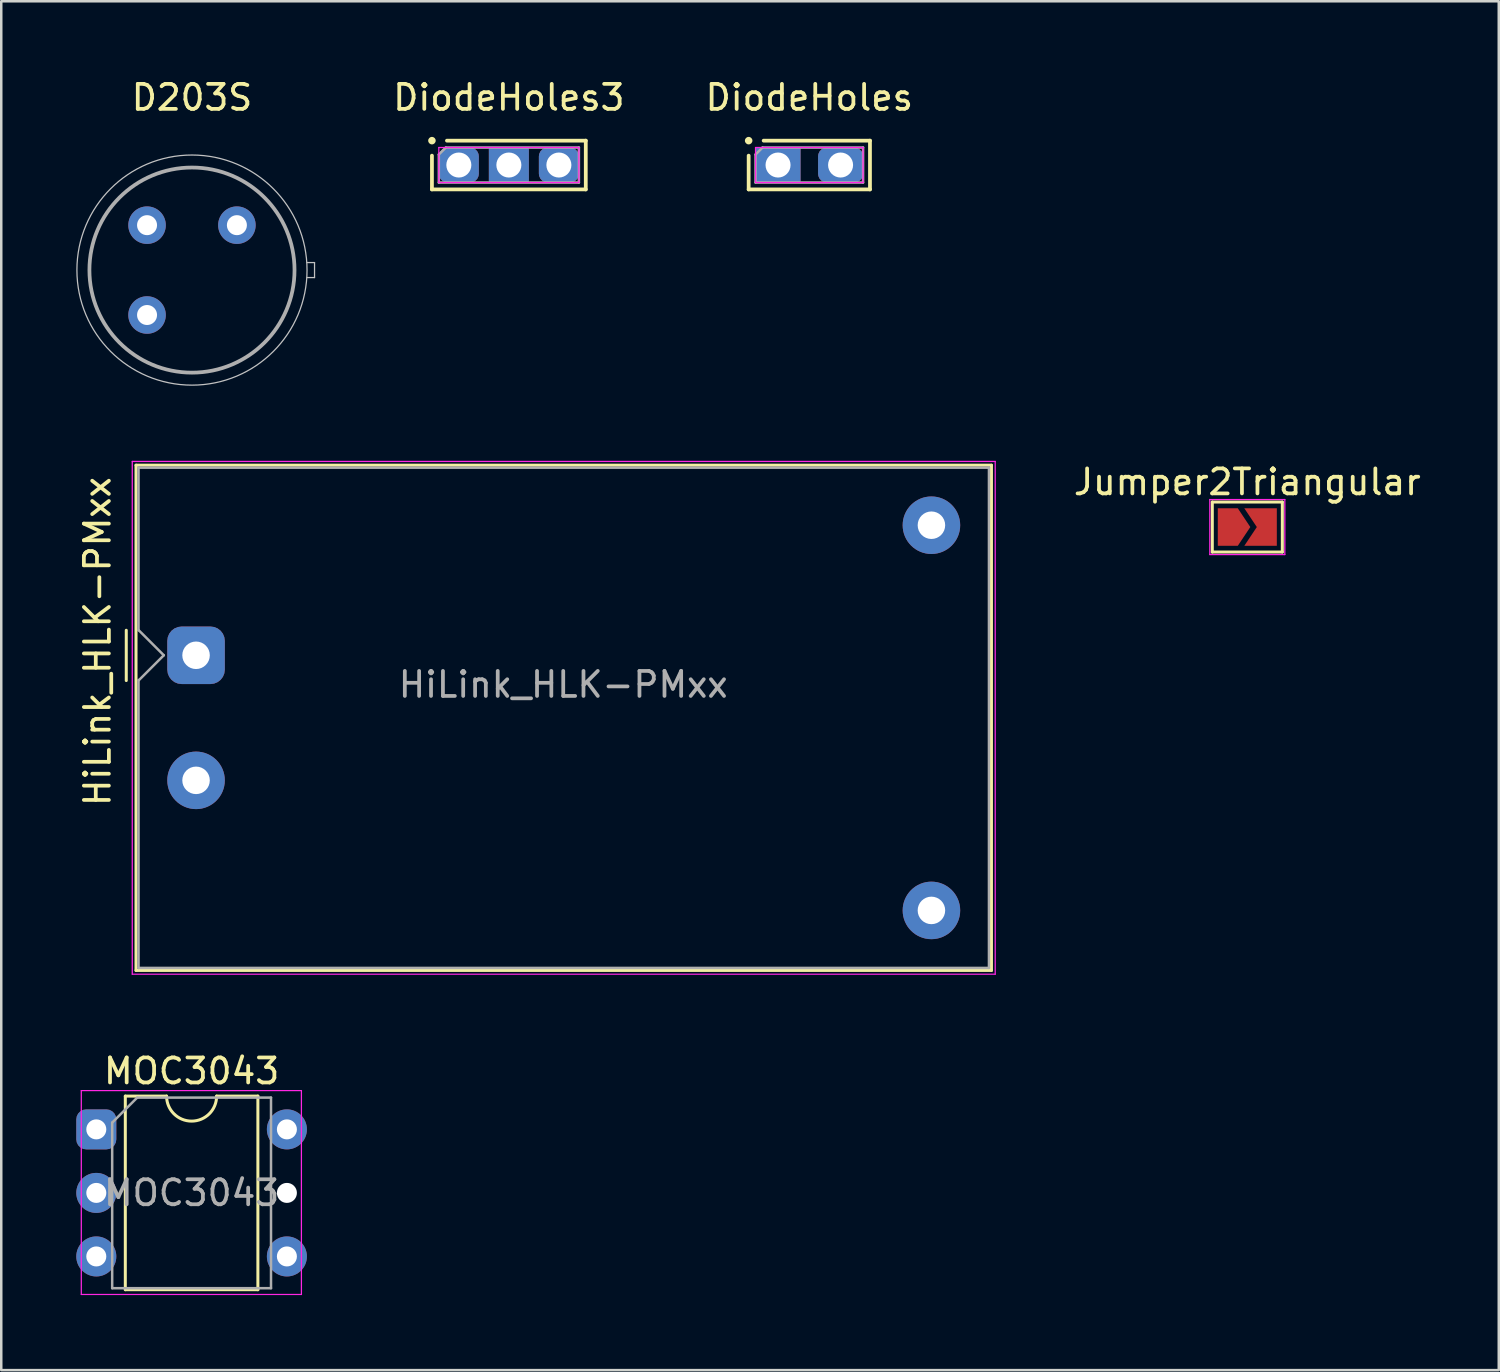
<source format=kicad_pcb>
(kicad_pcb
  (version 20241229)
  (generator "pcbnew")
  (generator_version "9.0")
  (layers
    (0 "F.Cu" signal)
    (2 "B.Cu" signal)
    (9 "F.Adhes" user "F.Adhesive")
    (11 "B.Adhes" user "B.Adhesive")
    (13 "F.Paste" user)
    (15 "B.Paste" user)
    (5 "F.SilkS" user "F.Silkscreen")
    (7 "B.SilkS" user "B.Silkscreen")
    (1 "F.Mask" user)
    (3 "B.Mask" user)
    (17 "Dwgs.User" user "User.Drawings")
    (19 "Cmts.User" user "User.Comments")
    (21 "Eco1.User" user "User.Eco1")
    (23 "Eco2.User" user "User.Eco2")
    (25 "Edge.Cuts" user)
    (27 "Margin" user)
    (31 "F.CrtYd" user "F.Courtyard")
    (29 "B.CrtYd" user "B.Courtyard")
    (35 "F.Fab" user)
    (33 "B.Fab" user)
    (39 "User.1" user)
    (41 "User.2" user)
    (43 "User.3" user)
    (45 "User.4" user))
  (footprint "Jumper2Triangular"
    (layer "F.Cu")
    (at 46.817 18.021)
    (property "Reference" "Jumper2Triangular" (at 0 -1.8 0) (layer "F.SilkS") (effects (font (size 1 1) (thickness 0.15))))
    (attr exclude_from_pos_files exclude_from_bom)
    (fp_line (start -1.4 -1) (end 1.4 -1) (stroke (width 0.12) (type solid)) (layer "F.SilkS"))
    (fp_line (start -1.4 1) (end -1.4 -1) (stroke (width 0.12) (type solid)) (layer "F.SilkS"))
    (fp_line (start 1.4 -1) (end 1.4 1) (stroke (width 0.12) (type solid)) (layer "F.SilkS"))
    (fp_line (start 1.4 1) (end -1.4 1) (stroke (width 0.12) (type solid)) (layer "F.SilkS"))
    (fp_line (start -1.5 -1.1) (end -1.5 1.1) (stroke (width 0.05) (type solid)) (layer "F.CrtYd"))
    (fp_line (start -1.5 -1.1) (end 1.5 -1.1) (stroke (width 0.05) (type solid)) (layer "F.CrtYd"))
    (fp_line (start 1.5 1.1) (end -1.5 1.1) (stroke (width 0.05) (type solid)) (layer "F.CrtYd"))
    (fp_line (start 1.5 1.1) (end 1.5 -1.1) (stroke (width 0.05) (type solid)) (layer "F.CrtYd"))
    (pad "1" smd custom (at -0.68 0) (size 0.3 0.3) (layers "F.Cu" "F.Mask") (options (anchor rect)) (primitives (gr_poly (pts (xy -0.5 -0.75) (xy 0.3 -0.75) (xy 0.8 0) (xy 0.3 0.75) (xy -0.5 0.75)) (width 0) (fill yes))))
    (pad "2" smd custom (at 0.68 0) (size 0.3 0.3) (layers "F.Cu" "F.Mask") (options (anchor rect)) (primitives (gr_poly (pts (xy -0.8 -0.75) (xy 0.5 -0.75) (xy 0.5 0.75) (xy -0.8 0.75) (xy -0.3 0)) (width 0) (fill yes)))))
  (footprint "DiodeHoles"
    (layer "F.Cu")
    (at 29.306 3.548)
    (property "Reference" "DiodeHoles" (at 0 -2.7 0) (layer "F.SilkS") (effects (font (size 1 1) (thickness 0.15))))
    (attr through_hole)
    (fp_line (start -2.425 -0.975) (end -2.425 -0.975) (stroke (width 0.3) (type solid)) (layer "F.SilkS"))
    (fp_line (start -2.425 0.975) (end -2.425 -0.375) (stroke (width 0.15) (type solid)) (layer "F.SilkS"))
    (fp_line (start -1.825 -0.975) (end 2.425 -0.975) (stroke (width 0.15) (type solid)) (layer "F.SilkS"))
    (fp_line (start 2.425 -0.975) (end 2.425 0.975) (stroke (width 0.15) (type solid)) (layer "F.SilkS"))
    (fp_line (start 2.425 0.975) (end -2.425 0.975) (stroke (width 0.15) (type solid)) (layer "F.SilkS"))
    (fp_line (start -2.15 -0.7) (end 2.15 -0.7) (stroke (width 0.05) (type solid)) (layer "F.CrtYd"))
    (fp_line (start -2.15 0.7) (end -2.15 -0.7) (stroke (width 0.05) (type solid)) (layer "F.CrtYd"))
    (fp_line (start 2.15 -0.7) (end 2.15 0.7) (stroke (width 0.05) (type solid)) (layer "F.CrtYd"))
    (fp_line (start 2.15 0.7) (end -2.15 0.7) (stroke (width 0.05) (type solid)) (layer "F.CrtYd"))
    (fp_line (start -2.15 -0.42) (end -1.87 -0.7) (stroke (width 0.1) (type solid)) (layer "F.Fab"))
    (fp_line (start -2.15 0.7) (end -2.15 -0.42) (stroke (width 0.1) (type solid)) (layer "F.Fab"))
    (fp_line (start -1.87 -0.7) (end 2.15 -0.7) (stroke (width 0.1) (type solid)) (layer "F.Fab"))
    (fp_line (start 2.15 -0.7) (end 2.15 0.7) (stroke (width 0.1) (type solid)) (layer "F.Fab"))
    (fp_line (start 2.15 0.7) (end -2.15 0.7) (stroke (width 0.1) (type solid)) (layer "F.Fab"))
    (pad "1" thru_hole roundrect (at -1.25 0) (size 1.8 1.4) (drill 1) (layers "*.Cu" "*.Mask") (roundrect_rratio 0.05))
    (pad "2" thru_hole roundrect (at 1.25 0) (size 1.8 1.4) (drill 1) (layers "*.Cu" "*.Mask") (roundrect_rratio 0.25)))
  (footprint "HiLink_HLK-PMxx"
    (layer "F.Cu")
    (at 4.788 23.148)
    (property "Reference" "HiLink_HLK-PMxx" (at -3.94 -0.55 90) (layer "F.SilkS") (effects (font (size 1 1) (thickness 0.15))))
    (attr through_hole)
    (fp_line (start -2.79 -1) (end -2.79 1.01) (stroke (width 0.12) (type solid)) (layer "F.SilkS"))
    (fp_line (start -2.4 -7.6) (end -2.4 12.6) (stroke (width 0.12) (type solid)) (layer "F.SilkS"))
    (fp_line (start -2.4 12.6) (end 31.8 12.6) (stroke (width 0.12) (type solid)) (layer "F.SilkS"))
    (fp_line (start 31.8 -7.6) (end -2.4 -7.6) (stroke (width 0.12) (type solid)) (layer "F.SilkS"))
    (fp_line (start 31.8 12.6) (end 31.8 -7.6) (stroke (width 0.12) (type solid)) (layer "F.SilkS"))
    (fp_line (start -2.55 -7.75) (end -2.55 12.75) (stroke (width 0.05) (type solid)) (layer "F.CrtYd"))
    (fp_line (start -2.55 12.75) (end 31.95 12.75) (stroke (width 0.05) (type solid)) (layer "F.CrtYd"))
    (fp_line (start 31.95 -7.75) (end -2.55 -7.75) (stroke (width 0.05) (type solid)) (layer "F.CrtYd"))
    (fp_line (start 31.95 12.75) (end 31.95 -7.75) (stroke (width 0.05) (type solid)) (layer "F.CrtYd"))
    (fp_line (start -2.3 -7.5) (end 31.7 -7.5) (stroke (width 0.1) (type solid)) (layer "F.Fab"))
    (fp_line (start -2.3 -1) (end -2.3 -7.5) (stroke (width 0.1) (type solid)) (layer "F.Fab"))
    (fp_line (start -2.3 12.5) (end -2.3 0.99) (stroke (width 0.1) (type solid)) (layer "F.Fab"))
    (fp_line (start -2.3 12.5) (end 31.7 12.5) (stroke (width 0.1) (type solid)) (layer "F.Fab"))
    (fp_line (start -2.29 -1) (end -1.29 0) (stroke (width 0.1) (type solid)) (layer "F.Fab"))
    (fp_line (start -1.29 0) (end -2.29 1) (stroke (width 0.1) (type solid)) (layer "F.Fab"))
    (fp_line (start 31.7 12.5) (end 31.7 -7.5) (stroke (width 0.1) (type solid)) (layer "F.Fab"))
    (fp_text user "${REFERENCE}" (at 14.68 1.17 0) (layer "F.Fab") (effects (font (size 1 1) (thickness 0.15))))
    (pad "1" thru_hole roundrect (at 0 0) (size 2.3 2.3) (drill 1.1) (layers "*.Cu" "*.Mask") (roundrect_rratio 0.25))
    (pad "2" thru_hole circle (at 0 5) (size 2.3 2.3) (drill 1.1) (layers "*.Cu" "*.Mask"))
    (pad "3" thru_hole circle (at 29.4 -5.2) (size 2.3 2.3) (drill 1.1) (layers "*.Cu" "*.Mask"))
    (pad "4" thru_hole circle (at 29.4 10.2) (size 2.3 2.3) (drill 1.1) (layers "*.Cu" "*.Mask")))
  (footprint "DiodeHoles3"
    (layer "F.Cu")
    (at 17.294 3.548)
    (property "Reference" "DiodeHoles3" (at 0 -2.7 0) (layer "F.SilkS") (effects (font (size 1 1) (thickness 0.15))))
    (attr through_hole)
    (fp_line (start -3.075 -0.975) (end -3.075 -0.975) (stroke (width 0.3) (type solid)) (layer "F.SilkS"))
    (fp_line (start -3.075 0.975) (end -3.075 -0.375) (stroke (width 0.15) (type solid)) (layer "F.SilkS"))
    (fp_line (start -2.475 -0.975) (end 3.075 -0.975) (stroke (width 0.15) (type solid)) (layer "F.SilkS"))
    (fp_line (start 3.075 -0.975) (end 3.075 0.975) (stroke (width 0.15) (type solid)) (layer "F.SilkS"))
    (fp_line (start 3.075 0.975) (end -3.075 0.975) (stroke (width 0.15) (type solid)) (layer "F.SilkS"))
    (fp_line (start -2.8 -0.7) (end 2.8 -0.7) (stroke (width 0.05) (type solid)) (layer "F.CrtYd"))
    (fp_line (start -2.8 0.7) (end -2.8 -0.7) (stroke (width 0.05) (type solid)) (layer "F.CrtYd"))
    (fp_line (start 2.8 -0.7) (end 2.8 0.7) (stroke (width 0.05) (type solid)) (layer "F.CrtYd"))
    (fp_line (start 2.8 0.7) (end -2.8 0.7) (stroke (width 0.05) (type solid)) (layer "F.CrtYd"))
    (fp_line (start -2.8 -0.42) (end -2.52 -0.7) (stroke (width 0.1) (type solid)) (layer "F.Fab"))
    (fp_line (start -2.8 0.7) (end -2.8 -0.42) (stroke (width 0.1) (type solid)) (layer "F.Fab"))
    (fp_line (start -2.52 -0.7) (end 2.8 -0.7) (stroke (width 0.1) (type solid)) (layer "F.Fab"))
    (fp_line (start 2.8 -0.7) (end 2.8 0.7) (stroke (width 0.1) (type solid)) (layer "F.Fab"))
    (fp_line (start 2.8 0.7) (end -2.8 0.7) (stroke (width 0.1) (type solid)) (layer "F.Fab"))
    (pad "1" thru_hole roundrect (at -2 0) (size 1.6 1.4) (drill 1) (layers "*.Cu" "*.Mask") (roundrect_rratio 0.25))
    (pad "2" thru_hole roundrect (at 0 0) (size 1.6 1.4) (drill 1) (layers "*.Cu" "*.Mask") (roundrect_rratio 0.05))
    (pad "3" thru_hole roundrect (at 2 0) (size 1.6 1.4) (drill 1) (layers "*.Cu" "*.Mask") (roundrect_rratio 0.25)))
  (footprint "D203S"
    (layer "F.Cu")
    (at 4.625 7.748)
    (property "Reference" "D203S" (at 0 -6.9 0) (layer "F.SilkS") (effects (font (size 1 1) (thickness 0.15))))
    (attr through_hole)
    (fp_line (start 4.6 -0.3) (end 4.9 -0.3) (stroke (width 0.05) (type solid)) (layer "Dwgs.User"))
    (fp_line (start 4.9 -0.3) (end 4.9 0.3) (stroke (width 0.05) (type solid)) (layer "Dwgs.User"))
    (fp_line (start 4.9 0.3) (end 4.6 0.3) (stroke (width 0.05) (type solid)) (layer "Dwgs.User"))
    (fp_circle (center 0 0) (end 4.6 0) (stroke (width 0.05) (type solid)) (fill no) (layer "Dwgs.User"))
    (fp_circle (center 0 0) (end 4.1 0) (stroke (width 0.15) (type solid)) (fill no) (layer "F.Fab"))
    (pad "1" thru_hole circle (at 1.796 -1.796) (size 1.5 1.5) (drill 0.8) (layers "*.Cu" "*.Mask"))
    (pad "2" thru_hole circle (at -1.796 -1.796) (size 1.5 1.5) (drill 0.8) (layers "*.Cu" "*.Mask"))
    (pad "3" thru_hole circle (at -1.796 1.796) (size 1.5 1.5) (drill 0.8) (layers "*.Cu" "*.Mask")))
  (footprint "MOC3043"
    (layer "F.Cu")
    (at 0.8 42.102)
    (property "Reference" "MOC3043" (at 3.81 -2.33 0) (layer "F.SilkS") (effects (font (size 1 1) (thickness 0.15))))
    (attr through_hole)
    (fp_line (start 1.16 -1.33) (end 1.16 6.41) (stroke (width 0.12) (type solid)) (layer "F.SilkS"))
    (fp_line (start 1.16 6.41) (end 6.46 6.41) (stroke (width 0.12) (type solid)) (layer "F.SilkS"))
    (fp_line (start 2.81 -1.33) (end 1.16 -1.33) (stroke (width 0.12) (type solid)) (layer "F.SilkS"))
    (fp_line (start 6.46 -1.33) (end 4.81 -1.33) (stroke (width 0.12) (type solid)) (layer "F.SilkS"))
    (fp_line (start 6.46 6.41) (end 6.46 -1.33) (stroke (width 0.12) (type solid)) (layer "F.SilkS"))
    (fp_arc (start 4.81 -1.33) (mid 3.81 -0.33) (end 2.81 -1.33) (stroke (width 0.12) (type solid)) (layer "F.SilkS"))
    (fp_line (start -0.6 -1.55) (end -0.6 6.6) (stroke (width 0.05) (type solid)) (layer "F.CrtYd"))
    (fp_line (start -0.6 6.6) (end 8.2 6.6) (stroke (width 0.05) (type solid)) (layer "F.CrtYd"))
    (fp_line (start 8.2 -1.55) (end -0.6 -1.55) (stroke (width 0.05) (type solid)) (layer "F.CrtYd"))
    (fp_line (start 8.2 6.6) (end 8.2 -1.55) (stroke (width 0.05) (type solid)) (layer "F.CrtYd"))
    (fp_line (start 0.635 -0.27) (end 1.635 -1.27) (stroke (width 0.1) (type solid)) (layer "F.Fab"))
    (fp_line (start 0.635 6.35) (end 0.635 -0.27) (stroke (width 0.1) (type solid)) (layer "F.Fab"))
    (fp_line (start 1.635 -1.27) (end 6.985 -1.27) (stroke (width 0.1) (type solid)) (layer "F.Fab"))
    (fp_line (start 6.985 -1.27) (end 6.985 6.35) (stroke (width 0.1) (type solid)) (layer "F.Fab"))
    (fp_line (start 6.985 6.35) (end 0.635 6.35) (stroke (width 0.1) (type solid)) (layer "F.Fab"))
    (fp_text user "${REFERENCE}" (at 3.81 2.54 0) (layer "F.Fab") (effects (font (size 1 1) (thickness 0.15))))
    (pad "" np_thru_hole circle (at 7.62 2.54) (size 0.8 0.8) (drill 0.8) (layers "*.Cu" "*.Mask"))
    (pad "1" thru_hole roundrect (at 0 0) (size 1.6 1.6) (drill 0.8) (layers "*.Cu" "*.Mask") (roundrect_rratio 0.25))
    (pad "2" thru_hole circle (at 0 2.54) (size 1.6 1.6) (drill 0.8) (layers "*.Cu" "*.Mask"))
    (pad "3" thru_hole circle (at 0 5.08) (size 1.6 1.6) (drill 0.8) (layers "*.Cu" "*.Mask"))
    (pad "4" thru_hole circle (at 7.62 5.08) (size 1.6 1.6) (drill 0.8) (layers "*.Cu" "*.Mask"))
    (pad "6" thru_hole circle (at 7.62 0) (size 1.6 1.6) (drill 0.8) (layers "*.Cu" "*.Mask")))
  (gr_rect
    (start -3 -3)
    (end 56.87 51.727)
    (stroke (width 0.1) (type default))
    (fill no)
    (layer "Edge.Cuts")))
</source>
